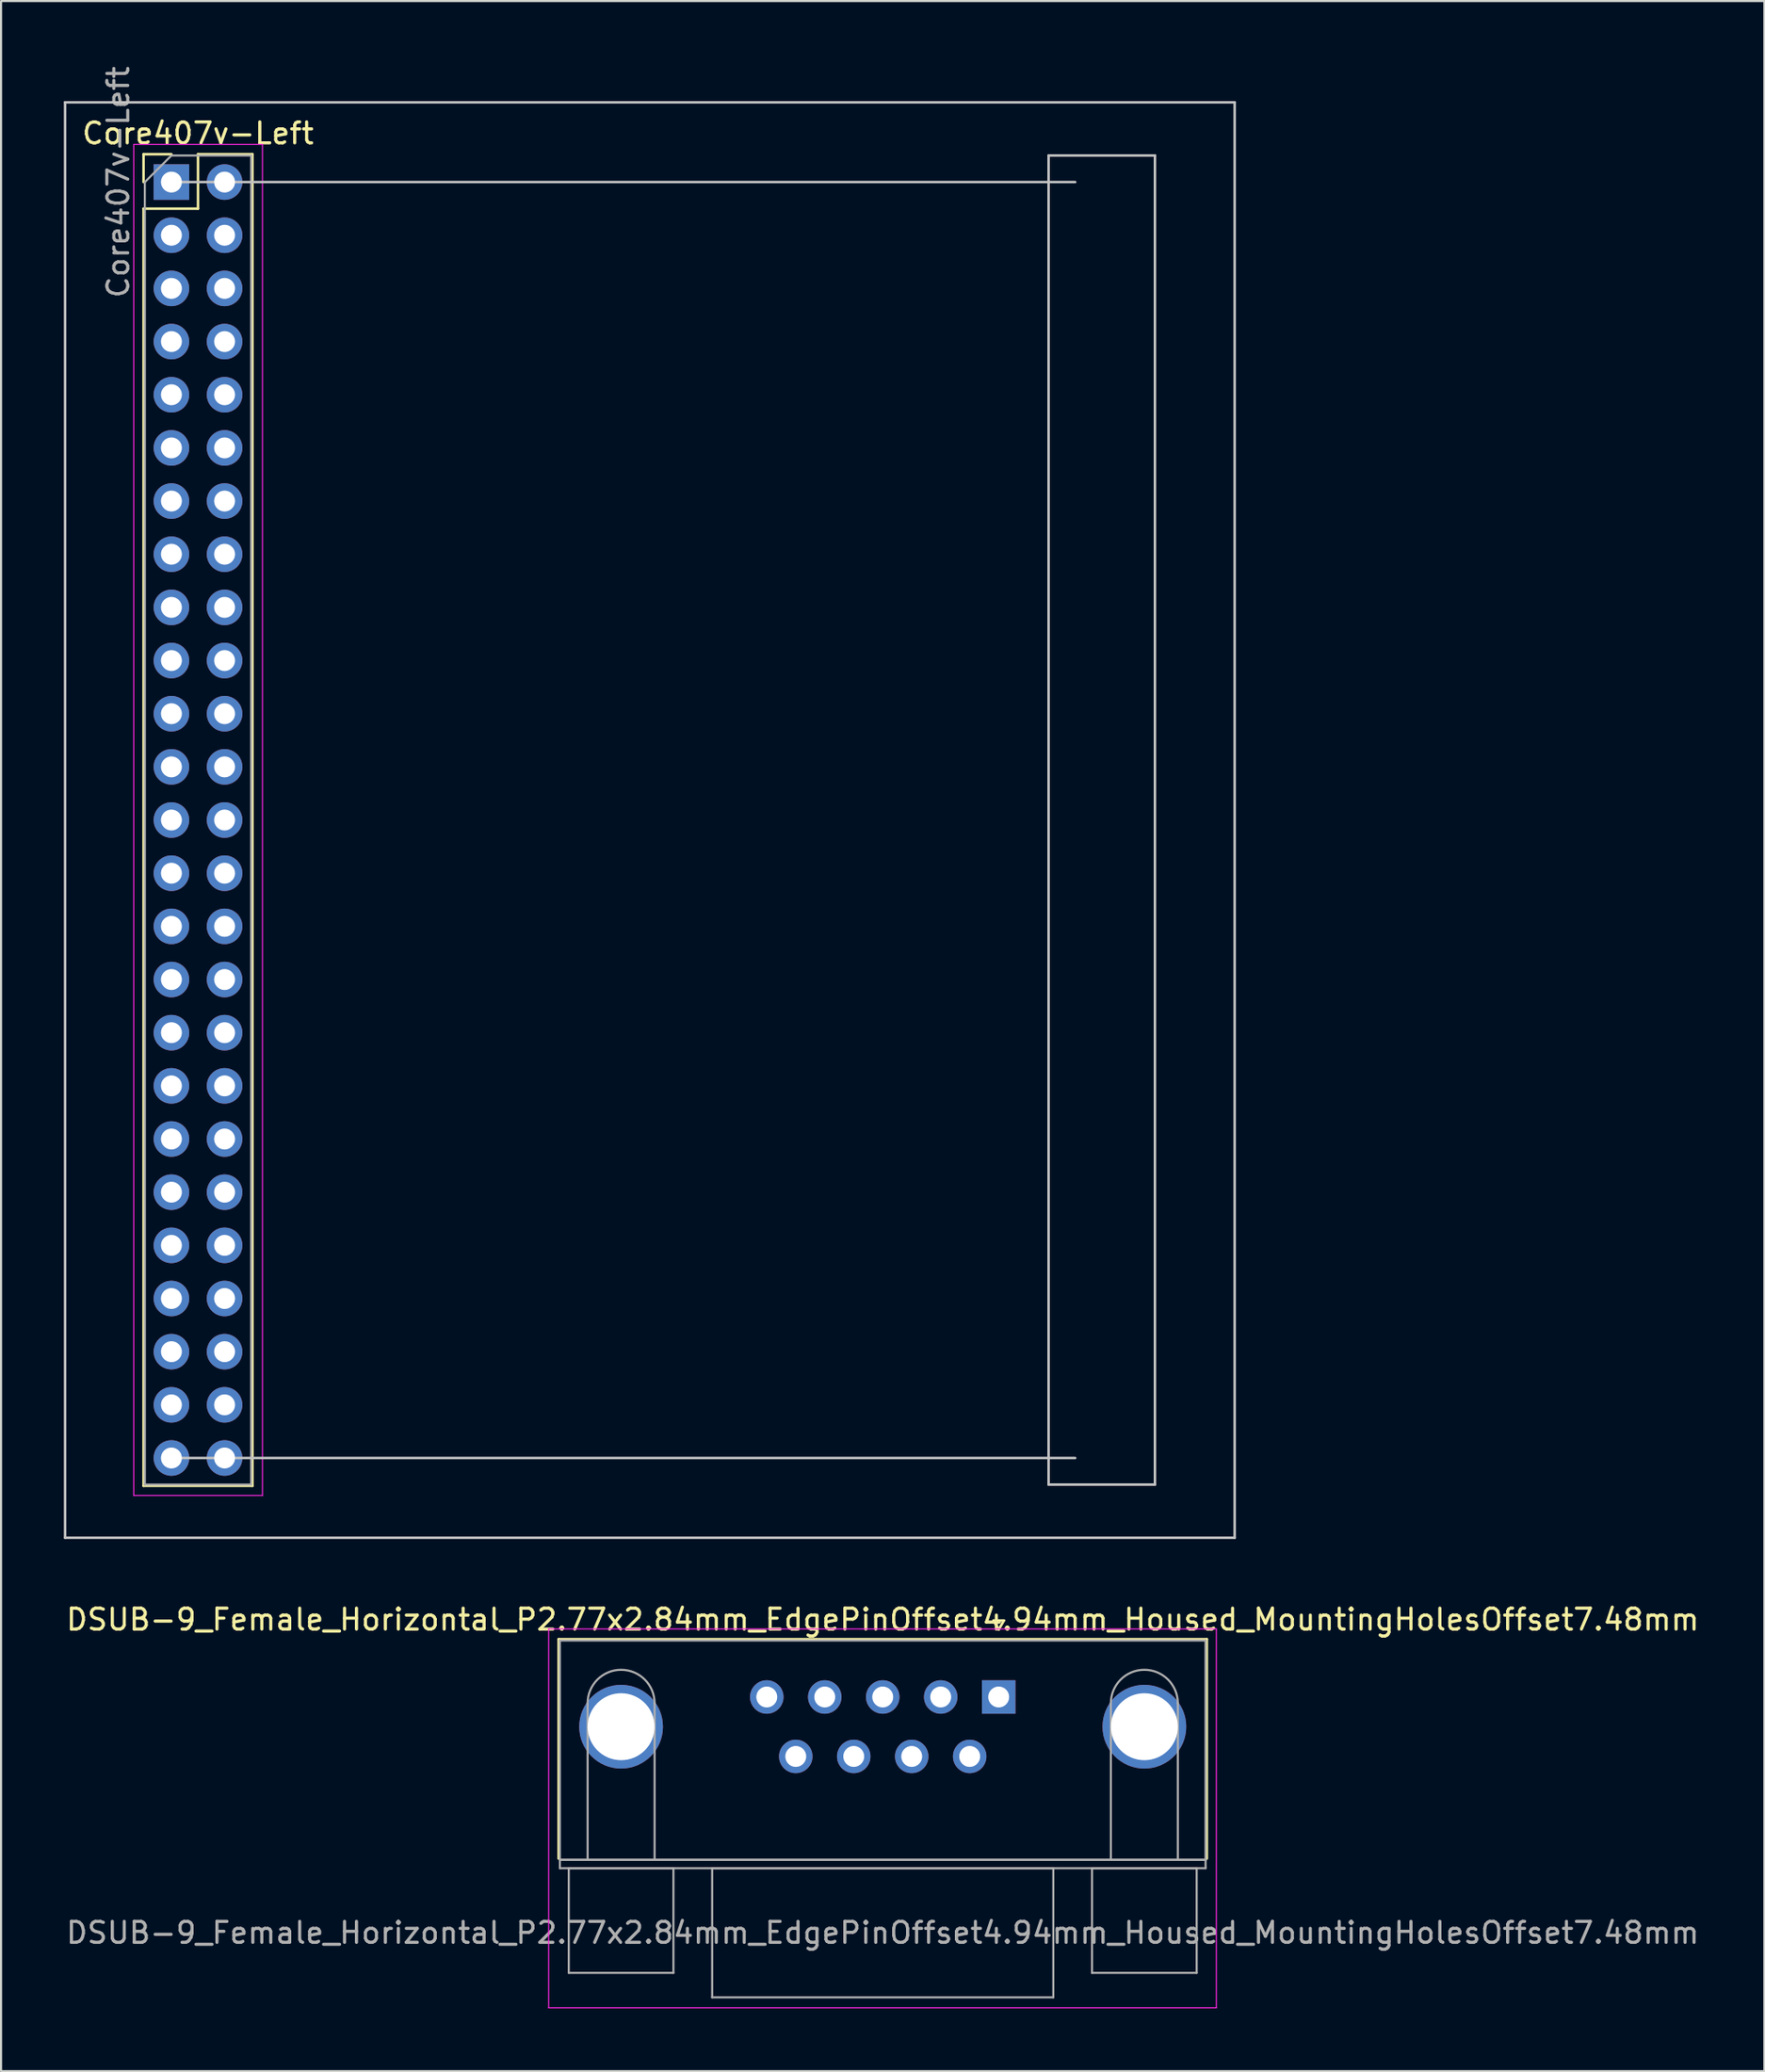
<source format=kicad_pcb>
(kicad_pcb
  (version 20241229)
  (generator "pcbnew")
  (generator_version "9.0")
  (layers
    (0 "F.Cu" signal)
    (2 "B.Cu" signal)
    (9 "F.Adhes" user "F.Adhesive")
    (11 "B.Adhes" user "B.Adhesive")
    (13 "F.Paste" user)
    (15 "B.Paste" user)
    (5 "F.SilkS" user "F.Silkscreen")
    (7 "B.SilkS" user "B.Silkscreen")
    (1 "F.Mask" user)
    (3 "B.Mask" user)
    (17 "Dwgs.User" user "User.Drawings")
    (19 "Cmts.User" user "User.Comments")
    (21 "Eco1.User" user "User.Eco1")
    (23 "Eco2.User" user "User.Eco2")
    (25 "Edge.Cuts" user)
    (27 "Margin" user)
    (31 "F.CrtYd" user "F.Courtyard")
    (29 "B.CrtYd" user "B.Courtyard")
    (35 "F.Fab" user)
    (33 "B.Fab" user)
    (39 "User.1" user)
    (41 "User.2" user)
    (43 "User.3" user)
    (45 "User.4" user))
  (footprint "Core407v-Left"
    (layer "F.Cu")
    (at 5.14 5.649)
    (property "Reference" "Core407v-Left" (at 1.27 -2.33 0) (layer "F.SilkS") (effects (font (size 1 1) (thickness 0.15))))
    (attr through_hole)
    (fp_line (start -1.33 -1.33) (end 0 -1.33) (stroke (width 0.12) (type solid)) (layer "F.SilkS"))
    (fp_line (start -1.33 0) (end -1.33 -1.33) (stroke (width 0.12) (type solid)) (layer "F.SilkS"))
    (fp_line (start -1.33 1.27) (end -1.33 62.29) (stroke (width 0.12) (type solid)) (layer "F.SilkS"))
    (fp_line (start -1.33 1.27) (end 1.27 1.27) (stroke (width 0.12) (type solid)) (layer "F.SilkS"))
    (fp_line (start -1.33 62.29) (end 3.87 62.29) (stroke (width 0.12) (type solid)) (layer "F.SilkS"))
    (fp_line (start 1.27 -1.33) (end 3.87 -1.33) (stroke (width 0.12) (type solid)) (layer "F.SilkS"))
    (fp_line (start 1.27 1.27) (end 1.27 -1.33) (stroke (width 0.12) (type solid)) (layer "F.SilkS"))
    (fp_line (start 3.87 -1.33) (end 3.87 62.29) (stroke (width 0.12) (type solid)) (layer "F.SilkS"))
    (fp_line (start -5.08 -3.81) (end 50.8 -3.81) (stroke (width 0.12) (type solid)) (layer "Dwgs.User"))
    (fp_line (start -5.08 64.77) (end -5.08 -3.81) (stroke (width 0.12) (type solid)) (layer "Dwgs.User"))
    (fp_line (start 0 0) (end 43.18 0) (stroke (width 0.12) (type solid)) (layer "Dwgs.User"))
    (fp_line (start 0 60.96) (end 43.18 60.96) (stroke (width 0.12) (type solid)) (layer "Dwgs.User"))
    (fp_line (start 41.91 -1.27) (end 46.99 -1.27) (stroke (width 0.12) (type solid)) (layer "Dwgs.User"))
    (fp_line (start 41.91 62.23) (end 41.91 -1.27) (stroke (width 0.12) (type solid)) (layer "Dwgs.User"))
    (fp_line (start 46.99 -1.27) (end 46.99 62.23) (stroke (width 0.12) (type solid)) (layer "Dwgs.User"))
    (fp_line (start 46.99 62.23) (end 41.91 62.23) (stroke (width 0.12) (type solid)) (layer "Dwgs.User"))
    (fp_line (start 50.8 -3.81) (end 50.8 64.77) (stroke (width 0.12) (type solid)) (layer "Dwgs.User"))
    (fp_line (start 50.8 64.77) (end -5.08 64.77) (stroke (width 0.12) (type solid)) (layer "Dwgs.User"))
    (fp_line (start -1.8 -1.8) (end -1.8 62.75) (stroke (width 0.05) (type solid)) (layer "F.CrtYd"))
    (fp_line (start -1.8 62.75) (end 4.35 62.75) (stroke (width 0.05) (type solid)) (layer "F.CrtYd"))
    (fp_line (start 4.35 -1.8) (end -1.8 -1.8) (stroke (width 0.05) (type solid)) (layer "F.CrtYd"))
    (fp_line (start 4.35 62.75) (end 4.35 -1.8) (stroke (width 0.05) (type solid)) (layer "F.CrtYd"))
    (fp_line (start -1.27 0) (end 0 -1.27) (stroke (width 0.1) (type solid)) (layer "F.Fab"))
    (fp_line (start -1.27 62.23) (end -1.27 0) (stroke (width 0.1) (type solid)) (layer "F.Fab"))
    (fp_line (start 0 -1.27) (end 3.81 -1.27) (stroke (width 0.1) (type solid)) (layer "F.Fab"))
    (fp_line (start 3.81 -1.27) (end 3.81 62.23) (stroke (width 0.1) (type solid)) (layer "F.Fab"))
    (fp_line (start 3.81 62.23) (end -1.27 62.23) (stroke (width 0.1) (type solid)) (layer "F.Fab"))
    (fp_text user "${REFERENCE}" (at -2.54 0 90) (layer "F.Fab") (effects (font (size 1 1) (thickness 0.15))))
    (pad "1" thru_hole rect (at 0 0) (size 1.7 1.7) (drill 1) (layers "*.Cu" "*.Mask"))
    (pad "2" thru_hole oval (at 2.54 0) (size 1.7 1.7) (drill 1) (layers "*.Cu" "*.Mask"))
    (pad "3" thru_hole oval (at 0 2.54) (size 1.7 1.7) (drill 1) (layers "*.Cu" "*.Mask"))
    (pad "4" thru_hole oval (at 2.54 2.54) (size 1.7 1.7) (drill 1) (layers "*.Cu" "*.Mask"))
    (pad "5" thru_hole oval (at 0 5.08) (size 1.7 1.7) (drill 1) (layers "*.Cu" "*.Mask"))
    (pad "6" thru_hole oval (at 2.54 5.08) (size 1.7 1.7) (drill 1) (layers "*.Cu" "*.Mask"))
    (pad "7" thru_hole oval (at 0 7.62) (size 1.7 1.7) (drill 1) (layers "*.Cu" "*.Mask"))
    (pad "8" thru_hole oval (at 2.54 7.62) (size 1.7 1.7) (drill 1) (layers "*.Cu" "*.Mask"))
    (pad "9" thru_hole oval (at 0 10.16) (size 1.7 1.7) (drill 1) (layers "*.Cu" "*.Mask"))
    (pad "10" thru_hole oval (at 2.54 10.16) (size 1.7 1.7) (drill 1) (layers "*.Cu" "*.Mask"))
    (pad "11" thru_hole oval (at 0 12.7) (size 1.7 1.7) (drill 1) (layers "*.Cu" "*.Mask"))
    (pad "12" thru_hole oval (at 2.54 12.7) (size 1.7 1.7) (drill 1) (layers "*.Cu" "*.Mask"))
    (pad "13" thru_hole oval (at 0 15.24) (size 1.7 1.7) (drill 1) (layers "*.Cu" "*.Mask"))
    (pad "14" thru_hole oval (at 2.54 15.24) (size 1.7 1.7) (drill 1) (layers "*.Cu" "*.Mask"))
    (pad "15" thru_hole oval (at 0 17.78) (size 1.7 1.7) (drill 1) (layers "*.Cu" "*.Mask"))
    (pad "16" thru_hole oval (at 2.54 17.78) (size 1.7 1.7) (drill 1) (layers "*.Cu" "*.Mask"))
    (pad "17" thru_hole oval (at 0 20.32) (size 1.7 1.7) (drill 1) (layers "*.Cu" "*.Mask"))
    (pad "18" thru_hole oval (at 2.54 20.32) (size 1.7 1.7) (drill 1) (layers "*.Cu" "*.Mask"))
    (pad "19" thru_hole oval (at 0 22.86) (size 1.7 1.7) (drill 1) (layers "*.Cu" "*.Mask"))
    (pad "20" thru_hole oval (at 2.54 22.86) (size 1.7 1.7) (drill 1) (layers "*.Cu" "*.Mask"))
    (pad "21" thru_hole oval (at 0 25.4) (size 1.7 1.7) (drill 1) (layers "*.Cu" "*.Mask"))
    (pad "22" thru_hole oval (at 2.54 25.4) (size 1.7 1.7) (drill 1) (layers "*.Cu" "*.Mask"))
    (pad "23" thru_hole oval (at 0 27.94) (size 1.7 1.7) (drill 1) (layers "*.Cu" "*.Mask"))
    (pad "24" thru_hole oval (at 2.54 27.94) (size 1.7 1.7) (drill 1) (layers "*.Cu" "*.Mask"))
    (pad "25" thru_hole oval (at 0 30.48) (size 1.7 1.7) (drill 1) (layers "*.Cu" "*.Mask"))
    (pad "26" thru_hole oval (at 2.54 30.48) (size 1.7 1.7) (drill 1) (layers "*.Cu" "*.Mask"))
    (pad "27" thru_hole oval (at 0 33.02) (size 1.7 1.7) (drill 1) (layers "*.Cu" "*.Mask"))
    (pad "28" thru_hole oval (at 2.54 33.02) (size 1.7 1.7) (drill 1) (layers "*.Cu" "*.Mask"))
    (pad "29" thru_hole oval (at 0 35.56) (size 1.7 1.7) (drill 1) (layers "*.Cu" "*.Mask"))
    (pad "30" thru_hole oval (at 2.54 35.56) (size 1.7 1.7) (drill 1) (layers "*.Cu" "*.Mask"))
    (pad "31" thru_hole oval (at 0 38.1) (size 1.7 1.7) (drill 1) (layers "*.Cu" "*.Mask"))
    (pad "32" thru_hole oval (at 2.54 38.1) (size 1.7 1.7) (drill 1) (layers "*.Cu" "*.Mask"))
    (pad "33" thru_hole oval (at 0 40.64) (size 1.7 1.7) (drill 1) (layers "*.Cu" "*.Mask"))
    (pad "34" thru_hole oval (at 2.54 40.64) (size 1.7 1.7) (drill 1) (layers "*.Cu" "*.Mask"))
    (pad "35" thru_hole oval (at 0 43.18) (size 1.7 1.7) (drill 1) (layers "*.Cu" "*.Mask"))
    (pad "36" thru_hole oval (at 2.54 43.18) (size 1.7 1.7) (drill 1) (layers "*.Cu" "*.Mask"))
    (pad "37" thru_hole oval (at 0 45.72) (size 1.7 1.7) (drill 1) (layers "*.Cu" "*.Mask"))
    (pad "38" thru_hole oval (at 2.54 45.72) (size 1.7 1.7) (drill 1) (layers "*.Cu" "*.Mask"))
    (pad "39" thru_hole oval (at 0 48.26) (size 1.7 1.7) (drill 1) (layers "*.Cu" "*.Mask"))
    (pad "40" thru_hole oval (at 2.54 48.26) (size 1.7 1.7) (drill 1) (layers "*.Cu" "*.Mask"))
    (pad "41" thru_hole oval (at 0 50.8) (size 1.7 1.7) (drill 1) (layers "*.Cu" "*.Mask"))
    (pad "42" thru_hole oval (at 2.54 50.8) (size 1.7 1.7) (drill 1) (layers "*.Cu" "*.Mask"))
    (pad "43" thru_hole oval (at 0 53.34) (size 1.7 1.7) (drill 1) (layers "*.Cu" "*.Mask"))
    (pad "44" thru_hole oval (at 2.54 53.34) (size 1.7 1.7) (drill 1) (layers "*.Cu" "*.Mask"))
    (pad "45" thru_hole oval (at 0 55.88) (size 1.7 1.7) (drill 1) (layers "*.Cu" "*.Mask"))
    (pad "46" thru_hole oval (at 2.54 55.88) (size 1.7 1.7) (drill 1) (layers "*.Cu" "*.Mask"))
    (pad "47" thru_hole oval (at 0 58.42) (size 1.7 1.7) (drill 1) (layers "*.Cu" "*.Mask"))
    (pad "48" thru_hole oval (at 2.54 58.42) (size 1.7 1.7) (drill 1) (layers "*.Cu" "*.Mask"))
    (pad "49" thru_hole oval (at 0 60.96) (size 1.7 1.7) (drill 1) (layers "*.Cu" "*.Mask"))
    (pad "50" thru_hole oval (at 2.54 60.96) (size 1.7 1.7) (drill 1) (layers "*.Cu" "*.Mask")))
  (footprint "DSUB-9_Female_Horizontal_P2.77x2.84mm_EdgePinOffset4.94mm_Housed_MountingHolesOffset7.48mm"
    (layer "F.Cu")
    (at 44.665 78.027)
    (property "Reference" "DSUB-9_Female_Horizontal_P2.77x2.84mm_EdgePinOffset4.94mm_Housed_MountingHolesOffset7.48mm" (at -5.54 -3.7 0) (layer "F.SilkS") (effects (font (size 1 1) (thickness 0.15))))
    (attr through_hole)
    (fp_line (start -21.025 -2.76) (end 9.945 -2.76) (stroke (width 0.12) (type solid)) (layer "F.SilkS"))
    (fp_line (start -21.025 7.72) (end -21.025 -2.76) (stroke (width 0.12) (type solid)) (layer "F.SilkS"))
    (fp_line (start -0.25 -3.654) (end 0.25 -3.654) (stroke (width 0.12) (type solid)) (layer "F.SilkS"))
    (fp_line (start 0 -3.221) (end -0.25 -3.654) (stroke (width 0.12) (type solid)) (layer "F.SilkS"))
    (fp_line (start 0.25 -3.654) (end 0 -3.221) (stroke (width 0.12) (type solid)) (layer "F.SilkS"))
    (fp_line (start 9.945 -2.76) (end 9.945 7.72) (stroke (width 0.12) (type solid)) (layer "F.SilkS"))
    (fp_line (start -21.5 -3.25) (end -21.5 14.85) (stroke (width 0.05) (type solid)) (layer "F.CrtYd"))
    (fp_line (start -21.5 14.85) (end 10.4 14.85) (stroke (width 0.05) (type solid)) (layer "F.CrtYd"))
    (fp_line (start 10.4 -3.25) (end -21.5 -3.25) (stroke (width 0.05) (type solid)) (layer "F.CrtYd"))
    (fp_line (start 10.4 14.85) (end 10.4 -3.25) (stroke (width 0.05) (type solid)) (layer "F.CrtYd"))
    (fp_line (start -20.965 -2.7) (end -20.965 7.78) (stroke (width 0.1) (type solid)) (layer "F.Fab"))
    (fp_line (start -20.965 7.78) (end -20.965 8.18) (stroke (width 0.1) (type solid)) (layer "F.Fab"))
    (fp_line (start -20.965 7.78) (end 9.885 7.78) (stroke (width 0.1) (type solid)) (layer "F.Fab"))
    (fp_line (start -20.965 8.18) (end 9.885 8.18) (stroke (width 0.1) (type solid)) (layer "F.Fab"))
    (fp_line (start -20.54 8.18) (end -20.54 13.18) (stroke (width 0.1) (type solid)) (layer "F.Fab"))
    (fp_line (start -20.54 13.18) (end -15.54 13.18) (stroke (width 0.1) (type solid)) (layer "F.Fab"))
    (fp_line (start -19.64 7.78) (end -19.64 0.3) (stroke (width 0.1) (type solid)) (layer "F.Fab"))
    (fp_line (start -16.44 7.78) (end -16.44 0.3) (stroke (width 0.1) (type solid)) (layer "F.Fab"))
    (fp_line (start -15.54 8.18) (end -20.54 8.18) (stroke (width 0.1) (type solid)) (layer "F.Fab"))
    (fp_line (start -15.54 13.18) (end -15.54 8.18) (stroke (width 0.1) (type solid)) (layer "F.Fab"))
    (fp_line (start -13.69 8.18) (end -13.69 14.35) (stroke (width 0.1) (type solid)) (layer "F.Fab"))
    (fp_line (start -13.69 14.35) (end 2.61 14.35) (stroke (width 0.1) (type solid)) (layer "F.Fab"))
    (fp_line (start 2.61 8.18) (end -13.69 8.18) (stroke (width 0.1) (type solid)) (layer "F.Fab"))
    (fp_line (start 2.61 14.35) (end 2.61 8.18) (stroke (width 0.1) (type solid)) (layer "F.Fab"))
    (fp_line (start 4.46 8.18) (end 4.46 13.18) (stroke (width 0.1) (type solid)) (layer "F.Fab"))
    (fp_line (start 4.46 13.18) (end 9.46 13.18) (stroke (width 0.1) (type solid)) (layer "F.Fab"))
    (fp_line (start 5.36 7.78) (end 5.36 0.3) (stroke (width 0.1) (type solid)) (layer "F.Fab"))
    (fp_line (start 8.56 7.78) (end 8.56 0.3) (stroke (width 0.1) (type solid)) (layer "F.Fab"))
    (fp_line (start 9.46 8.18) (end 4.46 8.18) (stroke (width 0.1) (type solid)) (layer "F.Fab"))
    (fp_line (start 9.46 13.18) (end 9.46 8.18) (stroke (width 0.1) (type solid)) (layer "F.Fab"))
    (fp_line (start 9.885 -2.7) (end -20.965 -2.7) (stroke (width 0.1) (type solid)) (layer "F.Fab"))
    (fp_line (start 9.885 7.78) (end -20.965 7.78) (stroke (width 0.1) (type solid)) (layer "F.Fab"))
    (fp_line (start 9.885 7.78) (end 9.885 -2.7) (stroke (width 0.1) (type solid)) (layer "F.Fab"))
    (fp_line (start 9.885 8.18) (end 9.885 7.78) (stroke (width 0.1) (type solid)) (layer "F.Fab"))
    (fp_arc (start -19.64 0.3) (mid -18.04 -1.3) (end -16.44 0.3) (stroke (width 0.1) (type solid)) (layer "F.Fab"))
    (fp_arc (start 5.36 0.3) (mid 6.96 -1.3) (end 8.56 0.3) (stroke (width 0.1) (type solid)) (layer "F.Fab"))
    (fp_text user "${REFERENCE}" (at -5.54 11.265 0) (layer "F.Fab") (effects (font (size 1 1) (thickness 0.15))))
    (pad "0" thru_hole circle (at -18.04 1.42) (size 4 4) (drill 3.2) (layers "*.Cu" "*.Mask"))
    (pad "0" thru_hole circle (at 6.96 1.42) (size 4 4) (drill 3.2) (layers "*.Cu" "*.Mask"))
    (pad "1" thru_hole rect (at 0 0) (size 1.6 1.6) (drill 1) (layers "*.Cu" "*.Mask"))
    (pad "2" thru_hole circle (at -2.77 0) (size 1.6 1.6) (drill 1) (layers "*.Cu" "*.Mask"))
    (pad "3" thru_hole circle (at -5.54 0) (size 1.6 1.6) (drill 1) (layers "*.Cu" "*.Mask"))
    (pad "4" thru_hole circle (at -8.31 0) (size 1.6 1.6) (drill 1) (layers "*.Cu" "*.Mask"))
    (pad "5" thru_hole circle (at -11.08 0) (size 1.6 1.6) (drill 1) (layers "*.Cu" "*.Mask"))
    (pad "6" thru_hole circle (at -1.385 2.84) (size 1.6 1.6) (drill 1) (layers "*.Cu" "*.Mask"))
    (pad "7" thru_hole circle (at -4.155 2.84) (size 1.6 1.6) (drill 1) (layers "*.Cu" "*.Mask"))
    (pad "8" thru_hole circle (at -6.925 2.84) (size 1.6 1.6) (drill 1) (layers "*.Cu" "*.Mask"))
    (pad "9" thru_hole circle (at -9.695 2.84) (size 1.6 1.6) (drill 1) (layers "*.Cu" "*.Mask")))
  (gr_rect
    (start -3 -3)
    (end 81.25 95.902)
    (stroke (width 0.1) (type default))
    (fill no)
    (layer "Edge.Cuts")))
</source>
